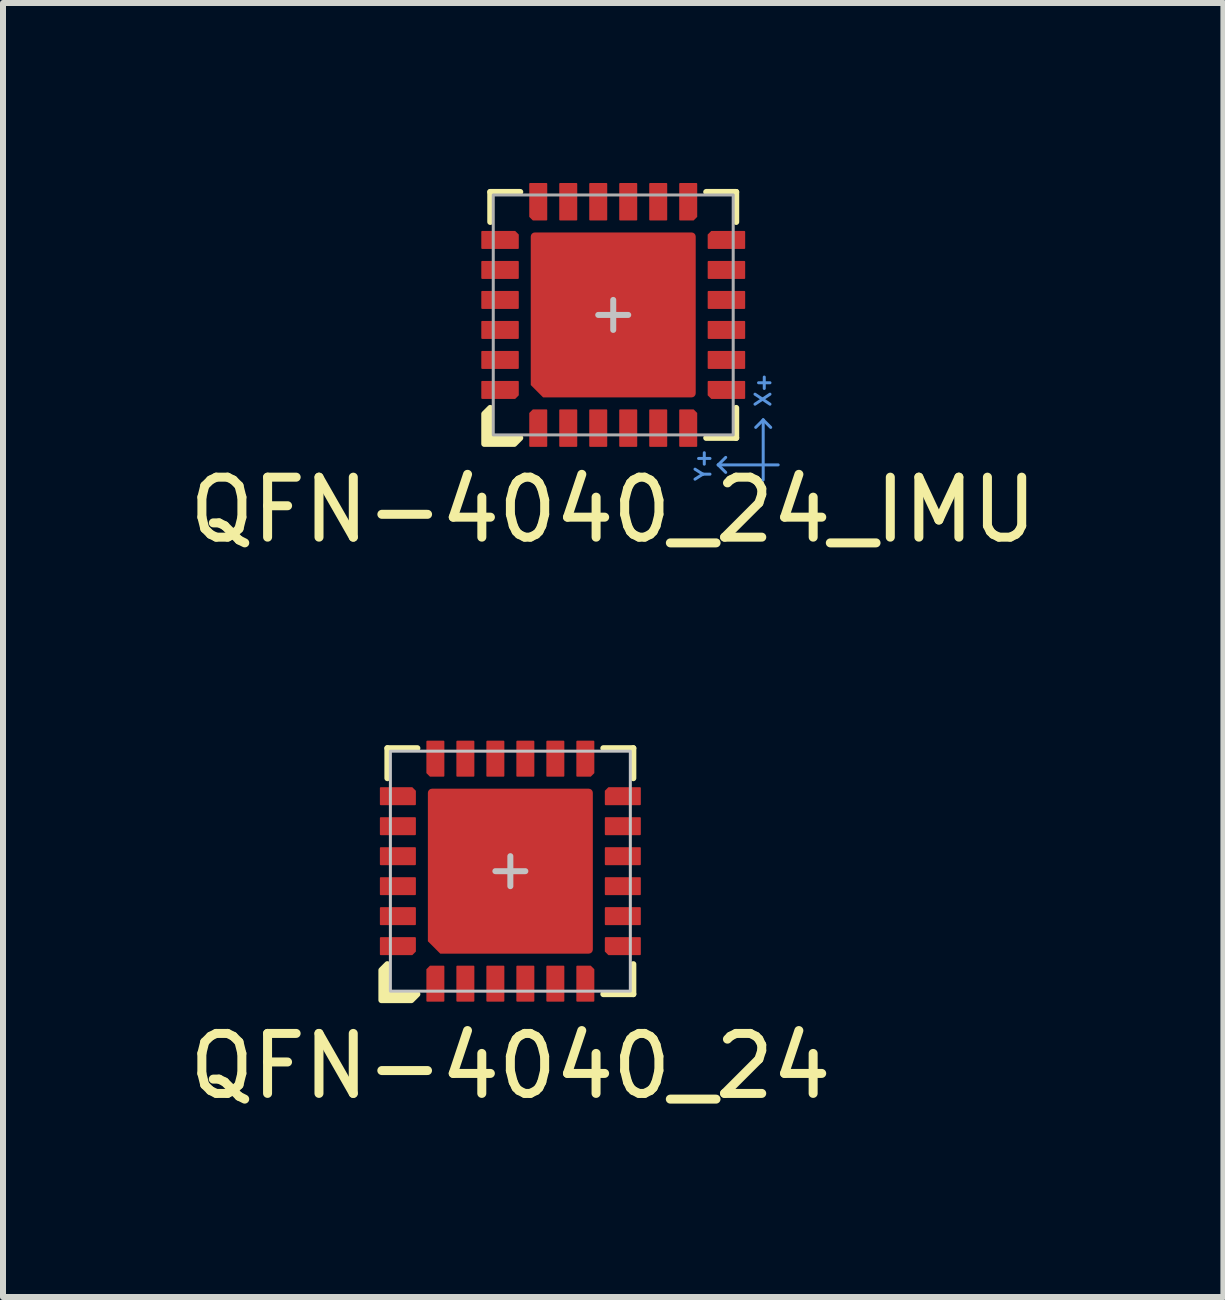
<source format=kicad_pcb>
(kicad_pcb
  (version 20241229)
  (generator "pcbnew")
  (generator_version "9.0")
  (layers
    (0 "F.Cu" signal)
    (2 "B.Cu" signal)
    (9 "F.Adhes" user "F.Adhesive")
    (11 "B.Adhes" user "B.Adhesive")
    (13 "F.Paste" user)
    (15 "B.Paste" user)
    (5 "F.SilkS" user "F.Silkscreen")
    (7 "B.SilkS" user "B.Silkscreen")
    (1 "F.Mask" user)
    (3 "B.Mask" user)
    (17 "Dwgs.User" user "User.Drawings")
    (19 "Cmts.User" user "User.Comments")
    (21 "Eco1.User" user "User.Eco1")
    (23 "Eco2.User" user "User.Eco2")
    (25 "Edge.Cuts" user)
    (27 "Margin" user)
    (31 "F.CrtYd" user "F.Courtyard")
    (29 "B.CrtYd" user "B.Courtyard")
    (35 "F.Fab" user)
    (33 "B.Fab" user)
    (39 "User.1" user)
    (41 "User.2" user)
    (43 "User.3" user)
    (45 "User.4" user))
  (footprint "QFN-4040_24"
    (layer "F.Cu")
    (at 5.458 11.473)
    (property "Reference" "QFN-4040_24" (at 0 3.25 0) (unlocked yes) (layer "F.SilkS") (effects (font (size 1 1) (thickness 0.15))))
    (attr smd)
    (fp_line (start -2.05 -2.05) (end -2.05 -1.55) (stroke (width 0.1) (type solid)) (layer "F.SilkS"))
    (fp_line (start -1.55 -2.05) (end -2.05 -2.05) (stroke (width 0.1) (type solid)) (layer "F.SilkS"))
    (fp_line (start 1.55 2.05) (end 2.05 2.05) (stroke (width 0.1) (type solid)) (layer "F.SilkS"))
    (fp_line (start 2.05 -2.05) (end 1.55 -2.05) (stroke (width 0.1) (type solid)) (layer "F.SilkS"))
    (fp_line (start 2.05 -1.55) (end 2.05 -2.05) (stroke (width 0.1) (type solid)) (layer "F.SilkS"))
    (fp_line (start 2.05 2.05) (end 2.05 1.55) (stroke (width 0.1) (type solid)) (layer "F.SilkS"))
    (fp_poly (pts (xy -2.05 2.05) (xy -1.55 2.05) (xy -1.65 2.15) (xy -2.15 2.15) (xy -2.15 1.65) (xy -2.05 1.55)) (stroke (width 0.1) (type solid)) (fill yes) (layer "F.SilkS"))
    (fp_rect (start -1.125 -1.125) (end -0.125 -0.125) (stroke (width 0) (type solid)) (fill yes) (layer "F.Paste"))
    (fp_rect (start 0.125 -1.125) (end 1.125 -0.125) (stroke (width 0) (type solid)) (fill yes) (layer "F.Paste"))
    (fp_rect (start 0.125 0.125) (end 1.125 1.125) (stroke (width 0) (type solid)) (fill yes) (layer "F.Paste"))
    (fp_poly (pts (xy -0.125 1.125) (xy -1 1.125) (xy -1.125 1) (xy -1.125 0.125) (xy -0.125 0.125)) (stroke (width 0) (type solid)) (fill yes) (layer "F.Paste"))
    (fp_line (start -0.25 0) (end 0.25 0) (stroke (width 0.1) (type solid)) (layer "Dwgs.User"))
    (fp_line (start 0 0.25) (end 0 -0.25) (stroke (width 0.1) (type solid)) (layer "Dwgs.User"))
    (fp_rect (start -2 -2) (end 2 2) (stroke (width 0.05) (type solid)) (fill no) (layer "Dwgs.User"))
    (pad "1" smd roundrect (at -1.25 1.875 90) (size 0.6 0.3) (layers "F.Cu" "F.Mask" "F.Paste") (roundrect_rratio 0.05) (chamfer_ratio 0.2) (chamfer top_right))
    (pad "2" smd roundrect (at -0.75 1.875 90) (size 0.6 0.3) (layers "F.Cu" "F.Mask" "F.Paste") (roundrect_rratio 0.05))
    (pad "3" smd roundrect (at -0.25 1.875 90) (size 0.6 0.3) (layers "F.Cu" "F.Mask" "F.Paste") (roundrect_rratio 0.05))
    (pad "4" smd roundrect (at 0.25 1.875 90) (size 0.6 0.3) (layers "F.Cu" "F.Mask" "F.Paste") (roundrect_rratio 0.05))
    (pad "5" smd roundrect (at 0.75 1.875 90) (size 0.6 0.3) (layers "F.Cu" "F.Mask" "F.Paste") (roundrect_rratio 0.05))
    (pad "6" smd roundrect (at 1.25 1.875 90) (size 0.6 0.3) (layers "F.Cu" "F.Mask" "F.Paste") (roundrect_rratio 0.05) (chamfer_ratio 0.2) (chamfer bottom_right))
    (pad "7" smd roundrect (at 1.875 1.25 180) (size 0.6 0.3) (layers "F.Cu" "F.Mask" "F.Paste") (roundrect_rratio 0.05) (chamfer_ratio 0.2) (chamfer top_right))
    (pad "8" smd roundrect (at 1.875 0.75 180) (size 0.6 0.3) (layers "F.Cu" "F.Mask" "F.Paste") (roundrect_rratio 0.05))
    (pad "9" smd roundrect (at 1.875 0.25 180) (size 0.6 0.3) (layers "F.Cu" "F.Mask" "F.Paste") (roundrect_rratio 0.05))
    (pad "10" smd roundrect (at 1.875 -0.25 180) (size 0.6 0.3) (layers "F.Cu" "F.Mask" "F.Paste") (roundrect_rratio 0.05))
    (pad "11" smd roundrect (at 1.875 -0.75 180) (size 0.6 0.3) (layers "F.Cu" "F.Mask" "F.Paste") (roundrect_rratio 0.05))
    (pad "12" smd roundrect (at 1.875 -1.25 180) (size 0.6 0.3) (layers "F.Cu" "F.Mask" "F.Paste") (roundrect_rratio 0.05) (chamfer_ratio 0.2) (chamfer bottom_right))
    (pad "13" smd roundrect (at 1.25 -1.875 270) (size 0.6 0.3) (layers "F.Cu" "F.Mask" "F.Paste") (roundrect_rratio 0.05) (chamfer_ratio 0.2) (chamfer top_right))
    (pad "14" smd roundrect (at 0.75 -1.875 270) (size 0.6 0.3) (layers "F.Cu" "F.Mask" "F.Paste") (roundrect_rratio 0.05))
    (pad "15" smd roundrect (at 0.25 -1.875 270) (size 0.6 0.3) (layers "F.Cu" "F.Mask" "F.Paste") (roundrect_rratio 0.05))
    (pad "16" smd roundrect (at -0.25 -1.875 270) (size 0.6 0.3) (layers "F.Cu" "F.Mask" "F.Paste") (roundrect_rratio 0.05))
    (pad "17" smd roundrect (at -0.75 -1.875 270) (size 0.6 0.3) (layers "F.Cu" "F.Mask" "F.Paste") (roundrect_rratio 0.05))
    (pad "18" smd roundrect (at -1.25 -1.875 270) (size 0.6 0.3) (layers "F.Cu" "F.Mask" "F.Paste") (roundrect_rratio 0.05) (chamfer_ratio 0.2) (chamfer bottom_right))
    (pad "19" smd roundrect (at -1.875 -1.25) (size 0.6 0.3) (layers "F.Cu" "F.Mask" "F.Paste") (roundrect_rratio 0.05) (chamfer_ratio 0.2) (chamfer top_right))
    (pad "20" smd roundrect (at -1.875 -0.75) (size 0.6 0.3) (layers "F.Cu" "F.Mask" "F.Paste") (roundrect_rratio 0.05))
    (pad "21" smd roundrect (at -1.875 -0.25) (size 0.6 0.3) (layers "F.Cu" "F.Mask" "F.Paste") (roundrect_rratio 0.05))
    (pad "22" smd roundrect (at -1.875 0.25) (size 0.6 0.3) (layers "F.Cu" "F.Mask" "F.Paste") (roundrect_rratio 0.05))
    (pad "23" smd roundrect (at -1.875 0.75) (size 0.6 0.3) (layers "F.Cu" "F.Mask" "F.Paste") (roundrect_rratio 0.05))
    (pad "24" smd roundrect (at -1.875 1.25) (size 0.6 0.3) (layers "F.Cu" "F.Mask" "F.Paste") (roundrect_rratio 0.05) (chamfer_ratio 0.2) (chamfer bottom_right))
    (pad "25" smd roundrect (at 0 0) (size 2.75 2.75) (layers "F.Cu" "F.Mask") (roundrect_rratio 0.025) (chamfer_ratio 0.075) (chamfer bottom_left)))
  (footprint "QFN-4040_24_IMU"
    (layer "F.Cu")
    (at 7.173 2.2)
    (property "Reference" "QFN-4040_24_IMU" (at 0 3.25 0) (unlocked yes) (layer "F.SilkS") (effects (font (size 1 1) (thickness 0.15))))
    (attr smd)
    (fp_line (start -2.05 -2.05) (end -2.05 -1.55) (stroke (width 0.1) (type solid)) (layer "F.SilkS"))
    (fp_line (start -1.55 -2.05) (end -2.05 -2.05) (stroke (width 0.1) (type solid)) (layer "F.SilkS"))
    (fp_line (start 1.55 2.05) (end 2.05 2.05) (stroke (width 0.1) (type solid)) (layer "F.SilkS"))
    (fp_line (start 2.05 -2.05) (end 1.55 -2.05) (stroke (width 0.1) (type solid)) (layer "F.SilkS"))
    (fp_line (start 2.05 -1.55) (end 2.05 -2.05) (stroke (width 0.1) (type solid)) (layer "F.SilkS"))
    (fp_line (start 2.05 2.05) (end 2.05 1.55) (stroke (width 0.1) (type solid)) (layer "F.SilkS"))
    (fp_poly (pts (xy -2.05 2.05) (xy -1.55 2.05) (xy -1.65 2.15) (xy -2.15 2.15) (xy -2.15 1.65) (xy -2.05 1.55)) (stroke (width 0.1) (type solid)) (fill yes) (layer "F.SilkS"))
    (fp_rect (start -1.2 -1.2) (end -0.15 -0.15) (stroke (width 0) (type solid)) (fill yes) (layer "F.Paste"))
    (fp_rect (start 0.15 -1.2) (end 1.2 -0.15) (stroke (width 0) (type solid)) (fill yes) (layer "F.Paste"))
    (fp_rect (start 0.15 0.15) (end 1.2 1.2) (stroke (width 0) (type solid)) (fill yes) (layer "F.Paste"))
    (fp_poly (pts (xy -0.15 1.2) (xy -1.1 1.2) (xy -1.2 1.1) (xy -1.2 0.15) (xy -0.15 0.15)) (stroke (width 0) (type solid)) (fill yes) (layer "F.Paste"))
    (fp_line (start -0.25 0) (end 0.25 0) (stroke (width 0.1) (type solid)) (layer "Dwgs.User"))
    (fp_line (start 0 0.25) (end 0 -0.25) (stroke (width 0.1) (type solid)) (layer "Dwgs.User"))
    (fp_line (start 1.75 2.5) (end 1.875 2.375) (stroke (width 0.05) (type solid)) (layer "Cmts.User"))
    (fp_line (start 1.75 2.5) (end 1.875 2.625) (stroke (width 0.05) (type solid)) (layer "Cmts.User"))
    (fp_line (start 2.5 1.75) (end 2.375 1.875) (stroke (width 0.05) (type solid)) (layer "Cmts.User"))
    (fp_line (start 2.5 1.75) (end 2.625 1.875) (stroke (width 0.05) (type solid)) (layer "Cmts.User"))
    (fp_line (start 2.5 2.75) (end 2.5 1.75) (stroke (width 0.05) (type solid)) (layer "Cmts.User"))
    (fp_line (start 2.75 2.5) (end 1.75 2.5) (stroke (width 0.05) (type solid)) (layer "Cmts.User"))
    (fp_rect (start -2 -2) (end 2 2) (stroke (width 0.05) (type solid)) (fill no) (layer "F.Fab"))
    (fp_text user "X+" (at 2.5 1.25 90) (unlocked yes) (layer "Cmts.User") (effects (font (size 0.25 0.25) (thickness 0.05))))
    (fp_text user "Y+" (at 1.5 2.5 90) (unlocked yes) (layer "Cmts.User") (effects (font (size 0.25 0.25) (thickness 0.05))))
    (pad "1" smd roundrect (at -1.25 1.887 90) (size 0.625 0.3) (layers "F.Cu" "F.Mask" "F.Paste") (roundrect_rratio 0.05) (chamfer_ratio 0.2) (chamfer top_right))
    (pad "2" smd roundrect (at -0.75 1.887 90) (size 0.625 0.3) (layers "F.Cu" "F.Mask" "F.Paste") (roundrect_rratio 0.05))
    (pad "3" smd roundrect (at -0.25 1.887 90) (size 0.625 0.3) (layers "F.Cu" "F.Mask" "F.Paste") (roundrect_rratio 0.05))
    (pad "4" smd roundrect (at 0.25 1.887 90) (size 0.625 0.3) (layers "F.Cu" "F.Mask" "F.Paste") (roundrect_rratio 0.05))
    (pad "5" smd roundrect (at 0.75 1.887 90) (size 0.625 0.3) (layers "F.Cu" "F.Mask" "F.Paste") (roundrect_rratio 0.05))
    (pad "6" smd roundrect (at 1.25 1.887 90) (size 0.625 0.3) (layers "F.Cu" "F.Mask" "F.Paste") (roundrect_rratio 0.05) (chamfer_ratio 0.2) (chamfer bottom_right))
    (pad "7" smd roundrect (at 1.887 1.25 180) (size 0.625 0.3) (layers "F.Cu" "F.Mask" "F.Paste") (roundrect_rratio 0.05) (chamfer_ratio 0.2) (chamfer top_right))
    (pad "8" smd roundrect (at 1.887 0.75 180) (size 0.625 0.3) (layers "F.Cu" "F.Mask" "F.Paste") (roundrect_rratio 0.05))
    (pad "9" smd roundrect (at 1.887 0.25 180) (size 0.625 0.3) (layers "F.Cu" "F.Mask" "F.Paste") (roundrect_rratio 0.05))
    (pad "10" smd roundrect (at 1.887 -0.25 180) (size 0.625 0.3) (layers "F.Cu" "F.Mask" "F.Paste") (roundrect_rratio 0.05))
    (pad "11" smd roundrect (at 1.887 -0.75 180) (size 0.625 0.3) (layers "F.Cu" "F.Mask" "F.Paste") (roundrect_rratio 0.05))
    (pad "12" smd roundrect (at 1.887 -1.25 180) (size 0.625 0.3) (layers "F.Cu" "F.Mask" "F.Paste") (roundrect_rratio 0.05) (chamfer_ratio 0.2) (chamfer bottom_right))
    (pad "13" smd roundrect (at 1.25 -1.887 270) (size 0.625 0.3) (layers "F.Cu" "F.Mask" "F.Paste") (roundrect_rratio 0.05) (chamfer_ratio 0.2) (chamfer top_right))
    (pad "14" smd roundrect (at 0.75 -1.887 270) (size 0.625 0.3) (layers "F.Cu" "F.Mask" "F.Paste") (roundrect_rratio 0.05))
    (pad "15" smd roundrect (at 0.25 -1.887 270) (size 0.625 0.3) (layers "F.Cu" "F.Mask" "F.Paste") (roundrect_rratio 0.05))
    (pad "16" smd roundrect (at -0.25 -1.887 270) (size 0.625 0.3) (layers "F.Cu" "F.Mask" "F.Paste") (roundrect_rratio 0.05))
    (pad "17" smd roundrect (at -0.75 -1.887 270) (size 0.625 0.3) (layers "F.Cu" "F.Mask" "F.Paste") (roundrect_rratio 0.05))
    (pad "18" smd roundrect (at -1.25 -1.887 270) (size 0.625 0.3) (layers "F.Cu" "F.Mask" "F.Paste") (roundrect_rratio 0.05) (chamfer_ratio 0.2) (chamfer bottom_right))
    (pad "19" smd roundrect (at -1.887 -1.25) (size 0.625 0.3) (layers "F.Cu" "F.Mask" "F.Paste") (roundrect_rratio 0.05) (chamfer_ratio 0.2) (chamfer top_right))
    (pad "20" smd roundrect (at -1.887 -0.75) (size 0.625 0.3) (layers "F.Cu" "F.Mask" "F.Paste") (roundrect_rratio 0.05))
    (pad "21" smd roundrect (at -1.887 -0.25) (size 0.625 0.3) (layers "F.Cu" "F.Mask" "F.Paste") (roundrect_rratio 0.05))
    (pad "22" smd roundrect (at -1.887 0.25) (size 0.625 0.3) (layers "F.Cu" "F.Mask" "F.Paste") (roundrect_rratio 0.05))
    (pad "23" smd roundrect (at -1.887 0.75) (size 0.625 0.3) (layers "F.Cu" "F.Mask" "F.Paste") (roundrect_rratio 0.05))
    (pad "24" smd roundrect (at -1.887 1.25) (size 0.625 0.3) (layers "F.Cu" "F.Mask" "F.Paste") (roundrect_rratio 0.05) (chamfer_ratio 0.2) (chamfer bottom_right))
    (pad "EP" smd roundrect (at 0 0) (size 2.75 2.75) (layers "F.Cu" "F.Mask") (roundrect_rratio 0.025) (chamfer_ratio 0.075) (chamfer bottom_left)))
  (gr_rect
    (start -3 -3)
    (end 17.345 18.572)
    (stroke (width 0.1) (type default))
    (fill no)
    (layer "Edge.Cuts")))
</source>
